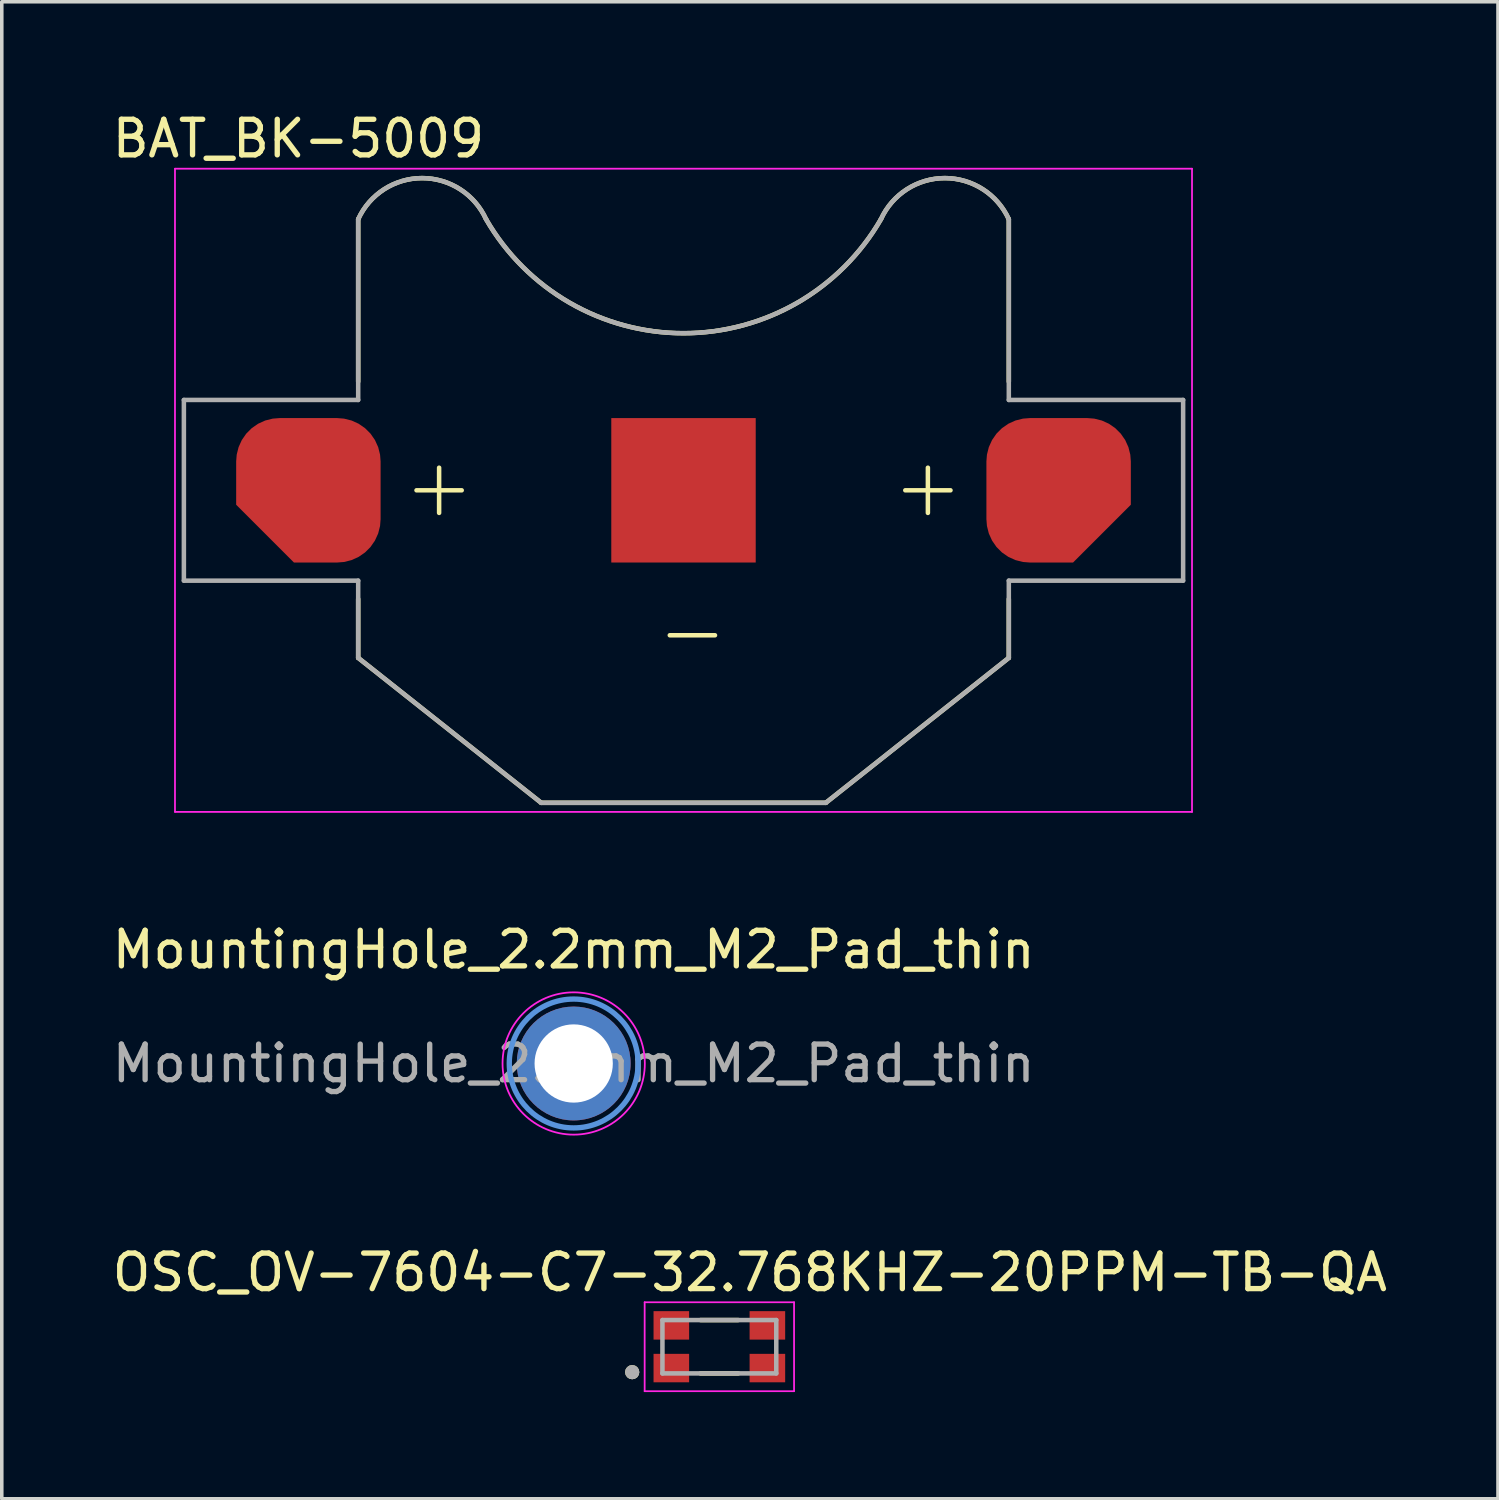
<source format=kicad_pcb>
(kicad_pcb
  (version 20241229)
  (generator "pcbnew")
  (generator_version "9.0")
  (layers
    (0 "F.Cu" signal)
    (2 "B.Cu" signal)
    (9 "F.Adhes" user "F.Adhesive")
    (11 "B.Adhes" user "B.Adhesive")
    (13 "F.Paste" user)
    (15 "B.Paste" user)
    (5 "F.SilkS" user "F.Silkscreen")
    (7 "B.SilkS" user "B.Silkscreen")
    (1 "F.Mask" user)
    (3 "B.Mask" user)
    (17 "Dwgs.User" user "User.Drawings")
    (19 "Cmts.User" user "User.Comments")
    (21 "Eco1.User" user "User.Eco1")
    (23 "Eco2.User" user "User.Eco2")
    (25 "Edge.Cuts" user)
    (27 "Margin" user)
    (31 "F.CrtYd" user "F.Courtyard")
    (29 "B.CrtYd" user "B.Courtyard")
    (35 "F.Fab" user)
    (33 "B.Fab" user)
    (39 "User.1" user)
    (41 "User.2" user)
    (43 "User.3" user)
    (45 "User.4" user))
  (footprint "MountingHole_2.2mm_M2_Pad_thin"
    (layer "F.Cu")
    (at 13.077 26.846)
    (property "Reference" "MountingHole_2.2mm_M2_Pad_thin" (at 0 -3.2 0) (layer "F.SilkS") (effects (font (size 1 1) (thickness 0.15))))
    (attr exclude_from_pos_files exclude_from_bom)
    (fp_circle (center 0 0) (end 1.8 -0.2) (stroke (width 0.15) (type solid)) (fill no) (layer "Cmts.User"))
    (fp_circle (center 0 0) (end 2 0) (stroke (width 0.05) (type solid)) (fill no) (layer "F.CrtYd"))
    (fp_text user "${REFERENCE}" (at 0 0 0) (layer "F.Fab") (effects (font (size 1 1) (thickness 0.15))))
    (pad "1" thru_hole circle (at 0 0) (size 3.2 3.2) (drill 2.2) (layers "*.Cu" "*.Mask")))
  (footprint "OSC_OV-7604-C7-32.768KHZ-20PPM-TB-QA"
    (layer "F.Cu")
    (at 17.172 34.808)
    (property "Reference" "OSC_OV-7604-C7-32.768KHZ-20PPM-TB-QA" (at 0.858 -2.088 0) (layer "F.SilkS") (effects (font (size 1 1) (thickness 0.15))))
    (attr smd)
    (fp_line (start -0.53 -0.75) (end 0.53 -0.75) (stroke (width 0.127) (type solid)) (layer "F.SilkS"))
    (fp_line (start -0.53 0.75) (end 0.53 0.75) (stroke (width 0.127) (type solid)) (layer "F.SilkS"))
    (fp_circle (center -2.45 0.715) (end -2.35 0.715) (stroke (width 0.2) (type solid)) (fill no) (layer "F.SilkS"))
    (fp_line (start -2.1 -1.25) (end -2.1 1.25) (stroke (width 0.05) (type solid)) (layer "F.CrtYd"))
    (fp_line (start -2.1 1.25) (end 2.1 1.25) (stroke (width 0.05) (type solid)) (layer "F.CrtYd"))
    (fp_line (start 2.1 -1.25) (end -2.1 -1.25) (stroke (width 0.05) (type solid)) (layer "F.CrtYd"))
    (fp_line (start 2.1 1.25) (end 2.1 -1.25) (stroke (width 0.05) (type solid)) (layer "F.CrtYd"))
    (fp_line (start -1.6 -0.75) (end 1.6 -0.75) (stroke (width 0.127) (type solid)) (layer "F.Fab"))
    (fp_line (start -1.6 0.75) (end -1.6 -0.75) (stroke (width 0.127) (type solid)) (layer "F.Fab"))
    (fp_line (start 1.6 -0.75) (end 1.6 0.75) (stroke (width 0.127) (type solid)) (layer "F.Fab"))
    (fp_line (start 1.6 0.75) (end -1.6 0.75) (stroke (width 0.127) (type solid)) (layer "F.Fab"))
    (fp_circle (center -2.45 0.715) (end -2.35 0.715) (stroke (width 0.2) (type solid)) (fill no) (layer "F.Fab"))
    (pad "1" smd rect (at -1.35 0.6) (size 1 0.8) (layers "F.Cu" "F.Mask" "F.Paste"))
    (pad "2" smd rect (at 1.35 0.6) (size 1 0.8) (layers "F.Cu" "F.Mask" "F.Paste"))
    (pad "3" smd rect (at 1.35 -0.6) (size 1 0.8) (layers "F.Cu" "F.Mask" "F.Paste"))
    (pad "4" smd rect (at -1.35 -0.6) (size 1 0.8) (layers "F.Cu" "F.Mask" "F.Paste")))
  (footprint "BAT_BK-5009"
    (layer "F.Cu")
    (at 16.164 10.733)
    (property "Reference" "BAT_BK-5009" (at -10.825 -9.885 0) (layer "F.SilkS") (effects (font (size 1 1) (thickness 0.15))))
    (attr smd)
    (fp_line (start -9.145 -7.62) (end -9.145 -3.055) (stroke (width 0.127) (type solid)) (layer "F.SilkS"))
    (fp_line (start -9.145 3.055) (end -9.145 4.71) (stroke (width 0.127) (type solid)) (layer "F.SilkS"))
    (fp_line (start -9.145 4.71) (end -4 8.785) (stroke (width 0.127) (type solid)) (layer "F.SilkS"))
    (fp_line (start -7.505 0) (end -6.235 0) (stroke (width 0.127) (type solid)) (layer "F.SilkS"))
    (fp_line (start -6.87 -0.635) (end -6.87 0.635) (stroke (width 0.127) (type solid)) (layer "F.SilkS"))
    (fp_line (start -4 8.785) (end 4 8.785) (stroke (width 0.127) (type solid)) (layer "F.SilkS"))
    (fp_line (start -0.385 4.075) (end 0.885 4.075) (stroke (width 0.127) (type solid)) (layer "F.SilkS"))
    (fp_line (start 4 8.785) (end 9.145 4.71) (stroke (width 0.127) (type solid)) (layer "F.SilkS"))
    (fp_line (start 6.235 0) (end 7.505 0) (stroke (width 0.127) (type solid)) (layer "F.SilkS"))
    (fp_line (start 6.87 -0.635) (end 6.87 0.635) (stroke (width 0.127) (type solid)) (layer "F.SilkS"))
    (fp_line (start 9.145 -3.055) (end 9.145 -7.62) (stroke (width 0.127) (type solid)) (layer "F.SilkS"))
    (fp_line (start 9.145 4.71) (end 9.145 3.055) (stroke (width 0.127) (type solid)) (layer "F.SilkS"))
    (fp_arc (start -9.145 -7.62) (mid -7.3475 -8.776191) (end -5.55 -7.62) (stroke (width 0.127) (type solid)) (layer "F.SilkS"))
    (fp_arc (start 5.55 -7.62) (mid 0 -4.415706) (end -5.55 -7.62) (stroke (width 0.127) (type solid)) (layer "F.SilkS"))
    (fp_arc (start 5.55 -7.62) (mid 7.3475 -8.776191) (end 9.145 -7.62) (stroke (width 0.127) (type solid)) (layer "F.SilkS"))
    (fp_line (start -14.295 -9.04) (end -14.295 9.04) (stroke (width 0.05) (type solid)) (layer "F.CrtYd"))
    (fp_line (start -14.295 9.04) (end 14.295 9.04) (stroke (width 0.05) (type solid)) (layer "F.CrtYd"))
    (fp_line (start 14.295 -9.04) (end -14.295 -9.04) (stroke (width 0.05) (type solid)) (layer "F.CrtYd"))
    (fp_line (start 14.295 9.04) (end 14.295 -9.04) (stroke (width 0.05) (type solid)) (layer "F.CrtYd"))
    (fp_line (start -14.045 -2.54) (end -14.045 2.54) (stroke (width 0.127) (type solid)) (layer "F.Fab"))
    (fp_line (start -14.045 2.54) (end -9.145 2.54) (stroke (width 0.127) (type solid)) (layer "F.Fab"))
    (fp_line (start -9.145 -7.62) (end -9.145 -2.54) (stroke (width 0.127) (type solid)) (layer "F.Fab"))
    (fp_line (start -9.145 -2.54) (end -14.045 -2.54) (stroke (width 0.127) (type solid)) (layer "F.Fab"))
    (fp_line (start -9.145 2.54) (end -9.145 4.71) (stroke (width 0.127) (type solid)) (layer "F.Fab"))
    (fp_line (start -9.145 4.71) (end -4 8.785) (stroke (width 0.127) (type solid)) (layer "F.Fab"))
    (fp_line (start -4 8.785) (end 4 8.785) (stroke (width 0.127) (type solid)) (layer "F.Fab"))
    (fp_line (start 4 8.785) (end 9.145 4.71) (stroke (width 0.127) (type solid)) (layer "F.Fab"))
    (fp_line (start 9.145 -2.54) (end 9.145 -7.62) (stroke (width 0.127) (type solid)) (layer "F.Fab"))
    (fp_line (start 9.145 2.54) (end 14.045 2.54) (stroke (width 0.127) (type solid)) (layer "F.Fab"))
    (fp_line (start 9.145 4.71) (end 9.145 2.54) (stroke (width 0.127) (type solid)) (layer "F.Fab"))
    (fp_line (start 14.045 -2.54) (end 9.145 -2.54) (stroke (width 0.127) (type solid)) (layer "F.Fab"))
    (fp_line (start 14.045 2.54) (end 14.045 -2.54) (stroke (width 0.127) (type solid)) (layer "F.Fab"))
    (fp_arc (start -9.145 -7.62) (mid -7.3475 -8.776191) (end -5.55 -7.62) (stroke (width 0.127) (type solid)) (layer "F.Fab"))
    (fp_arc (start 5.55 -7.62) (mid 0 -4.415706) (end -5.55 -7.62) (stroke (width 0.127) (type solid)) (layer "F.Fab"))
    (fp_arc (start 5.55 -7.62) (mid 7.3475 -8.776191) (end 9.145 -7.62) (stroke (width 0.127) (type solid)) (layer "F.Fab"))
    (pad "1" smd roundrect (at -10.545 0) (size 4.06 4.06) (layers "F.Cu" "F.Mask" "F.Paste") (roundrect_rratio 0.3) (chamfer_ratio 0.4) (chamfer bottom_left))
    (pad "1" smd roundrect (at 10.545 0) (size 4.06 4.06) (layers "F.Cu" "F.Mask" "F.Paste") (roundrect_rratio 0.3) (chamfer_ratio 0.4) (chamfer bottom_right))
    (pad "2" smd rect (at 0 0) (size 4.06 4.06) (layers "F.Cu" "F.Mask" "F.Paste")))
  (gr_rect
    (start -3 -3)
    (end 39.06 39.083)
    (stroke (width 0.1) (type default))
    (fill no)
    (layer "Edge.Cuts")))
</source>
